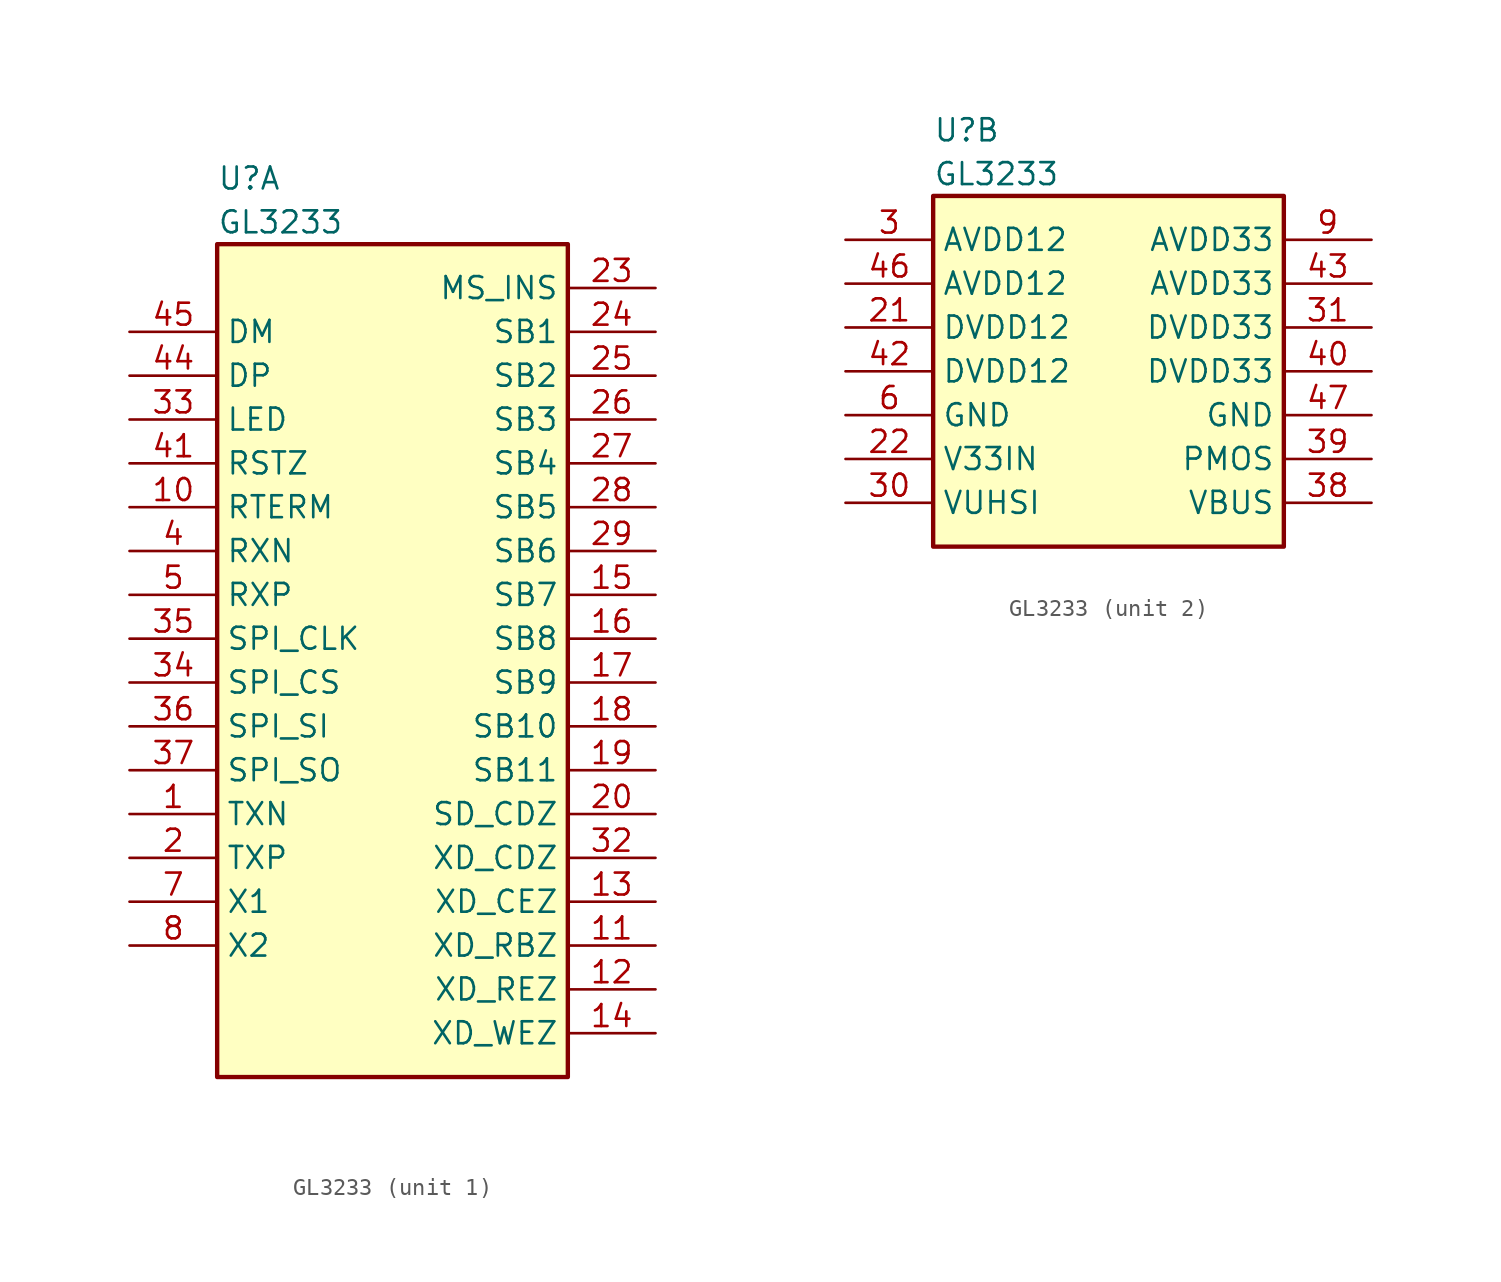
<source format=kicad_sym>
(kicad_symbol_lib
  (version 20211014)
  (generator kicad_symbol_editor)
  (symbol "GL3233"
    (property "Reference" "U"
      (at 5.08 6.35 0)
      (effects (font (size 1.27 1.27)) (justify left)))
    (property "Value" "GL3233"
      (at 5.08 3.81 0)
      (effects (font (size 1.27 1.27)) (justify left)))
    (property "ki_locked" ""
      (at 0 0 0)
      (effects (font (size 1.27 1.27))))
    (symbol "GL3233_1_1"
      (rectangle (start 5.08 2.54) (end 25.4 -45.72) (stroke (width 0.254) (type default) (color 0 0 0 0)) (fill (type background)))
      (pin bidirectional line (at 0 -30.48 0) (length 5.08) (name "TXN" (effects (font (size 1.27 1.27)))) (number "1" (effects (font (size 1.27 1.27)))))
      (pin bidirectional line (at 0 -12.7 0) (length 5.08) (name "RTERM" (effects (font (size 1.27 1.27)))) (number "10" (effects (font (size 1.27 1.27)))))
      (pin output line (at 30.48 -38.1 180) (length 5.08) (name "XD_RBZ" (effects (font (size 1.27 1.27)))) (number "11" (effects (font (size 1.27 1.27)))))
      (pin output line (at 30.48 -40.64 180) (length 5.08) (name "XD_REZ" (effects (font (size 1.27 1.27)))) (number "12" (effects (font (size 1.27 1.27)))))
      (pin output line (at 30.48 -35.56 180) (length 5.08) (name "XD_CEZ" (effects (font (size 1.27 1.27)))) (number "13" (effects (font (size 1.27 1.27)))))
      (pin output line (at 30.48 -43.18 180) (length 5.08) (name "XD_WEZ" (effects (font (size 1.27 1.27)))) (number "14" (effects (font (size 1.27 1.27)))))
      (pin bidirectional line (at 30.48 -17.78 180) (length 5.08) (name "SB7" (effects (font (size 1.27 1.27)))) (number "15" (effects (font (size 1.27 1.27)))))
      (pin bidirectional line (at 30.48 -20.32 180) (length 5.08) (name "SB8" (effects (font (size 1.27 1.27)))) (number "16" (effects (font (size 1.27 1.27)))))
      (pin bidirectional line (at 30.48 -22.86 180) (length 5.08) (name "SB9" (effects (font (size 1.27 1.27)))) (number "17" (effects (font (size 1.27 1.27)))))
      (pin bidirectional line (at 30.48 -25.4 180) (length 5.08) (name "SB10" (effects (font (size 1.27 1.27)))) (number "18" (effects (font (size 1.27 1.27)))))
      (pin bidirectional line (at 30.48 -27.94 180) (length 5.08) (name "SB11" (effects (font (size 1.27 1.27)))) (number "19" (effects (font (size 1.27 1.27)))))
      (pin bidirectional line (at 0 -33.02 0) (length 5.08) (name "TXP" (effects (font (size 1.27 1.27)))) (number "2" (effects (font (size 1.27 1.27)))))
      (pin input line (at 30.48 -30.48 180) (length 5.08) (name "SD_CDZ" (effects (font (size 1.27 1.27)))) (number "20" (effects (font (size 1.27 1.27)))))
      (pin input line (at 30.48 0 180) (length 5.08) (name "MS_INS" (effects (font (size 1.27 1.27)))) (number "23" (effects (font (size 1.27 1.27)))))
      (pin bidirectional line (at 30.48 -2.54 180) (length 5.08) (name "SB1" (effects (font (size 1.27 1.27)))) (number "24" (effects (font (size 1.27 1.27)))))
      (pin bidirectional line (at 30.48 -5.08 180) (length 5.08) (name "SB2" (effects (font (size 1.27 1.27)))) (number "25" (effects (font (size 1.27 1.27)))))
      (pin bidirectional line (at 30.48 -7.62 180) (length 5.08) (name "SB3" (effects (font (size 1.27 1.27)))) (number "26" (effects (font (size 1.27 1.27)))))
      (pin bidirectional line (at 30.48 -10.16 180) (length 5.08) (name "SB4" (effects (font (size 1.27 1.27)))) (number "27" (effects (font (size 1.27 1.27)))))
      (pin bidirectional line (at 30.48 -12.7 180) (length 5.08) (name "SB5" (effects (font (size 1.27 1.27)))) (number "28" (effects (font (size 1.27 1.27)))))
      (pin bidirectional line (at 30.48 -15.24 180) (length 5.08) (name "SB6" (effects (font (size 1.27 1.27)))) (number "29" (effects (font (size 1.27 1.27)))))
      (pin input line (at 30.48 -33.02 180) (length 5.08) (name "XD_CDZ" (effects (font (size 1.27 1.27)))) (number "32" (effects (font (size 1.27 1.27)))))
      (pin output line (at 0 -7.62 0) (length 5.08) (name "LED" (effects (font (size 1.27 1.27)))) (number "33" (effects (font (size 1.27 1.27)))))
      (pin output line (at 0 -22.86 0) (length 5.08) (name "SPI_CS" (effects (font (size 1.27 1.27)))) (number "34" (effects (font (size 1.27 1.27)))))
      (pin output line (at 0 -20.32 0) (length 5.08) (name "SPI_CLK" (effects (font (size 1.27 1.27)))) (number "35" (effects (font (size 1.27 1.27)))))
      (pin output line (at 0 -25.4 0) (length 5.08) (name "SPI_SI" (effects (font (size 1.27 1.27)))) (number "36" (effects (font (size 1.27 1.27)))))
      (pin input line (at 0 -27.94 0) (length 5.08) (name "SPI_SO" (effects (font (size 1.27 1.27)))) (number "37" (effects (font (size 1.27 1.27)))))
      (pin bidirectional line (at 0 -15.24 0) (length 5.08) (name "RXN" (effects (font (size 1.27 1.27)))) (number "4" (effects (font (size 1.27 1.27)))))
      (pin input line (at 0 -10.16 0) (length 5.08) (name "RSTZ" (effects (font (size 1.27 1.27)))) (number "41" (effects (font (size 1.27 1.27)))))
      (pin bidirectional line (at 0 -5.08 0) (length 5.08) (name "DP" (effects (font (size 1.27 1.27)))) (number "44" (effects (font (size 1.27 1.27)))))
      (pin bidirectional line (at 0 -2.54 0) (length 5.08) (name "DM" (effects (font (size 1.27 1.27)))) (number "45" (effects (font (size 1.27 1.27)))))
      (pin bidirectional line (at 0 -17.78 0) (length 5.08) (name "RXP" (effects (font (size 1.27 1.27)))) (number "5" (effects (font (size 1.27 1.27)))))
      (pin input line (at 0 -35.56 0) (length 5.08) (name "X1" (effects (font (size 1.27 1.27)))) (number "7" (effects (font (size 1.27 1.27)))))
      (pin bidirectional line (at 0 -38.1 0) (length 5.08) (name "X2" (effects (font (size 1.27 1.27)))) (number "8" (effects (font (size 1.27 1.27))))))
    (symbol "GL3233_2_1"
      (rectangle (start 5.08 2.54) (end 25.4 -17.78) (stroke (width 0.254) (type default) (color 0 0 0 0)) (fill (type background)))
      (pin power_in line (at 0 -5.08 0) (length 5.08) (name "DVDD12" (effects (font (size 1.27 1.27)))) (number "21" (effects (font (size 1.27 1.27)))))
      (pin power_in line (at 0 -12.7 0) (length 5.08) (name "V33IN" (effects (font (size 1.27 1.27)))) (number "22" (effects (font (size 1.27 1.27)))))
      (pin power_in line (at 0 0 0) (length 5.08) (name "AVDD12" (effects (font (size 1.27 1.27)))) (number "3" (effects (font (size 1.27 1.27)))))
      (pin power_in line (at 0 -15.24 0) (length 5.08) (name "VUHSI" (effects (font (size 1.27 1.27)))) (number "30" (effects (font (size 1.27 1.27)))))
      (pin power_in line (at 30.48 -5.08 180) (length 5.08) (name "DVDD33" (effects (font (size 1.27 1.27)))) (number "31" (effects (font (size 1.27 1.27)))))
      (pin power_in line (at 30.48 -15.24 180) (length 5.08) (name "VBUS" (effects (font (size 1.27 1.27)))) (number "38" (effects (font (size 1.27 1.27)))))
      (pin power_in line (at 30.48 -12.7 180) (length 5.08) (name "PMOS" (effects (font (size 1.27 1.27)))) (number "39" (effects (font (size 1.27 1.27)))))
      (pin power_in line (at 30.48 -7.62 180) (length 5.08) (name "DVDD33" (effects (font (size 1.27 1.27)))) (number "40" (effects (font (size 1.27 1.27)))))
      (pin power_in line (at 0 -7.62 0) (length 5.08) (name "DVDD12" (effects (font (size 1.27 1.27)))) (number "42" (effects (font (size 1.27 1.27)))))
      (pin power_in line (at 30.48 -2.54 180) (length 5.08) (name "AVDD33" (effects (font (size 1.27 1.27)))) (number "43" (effects (font (size 1.27 1.27)))))
      (pin power_in line (at 0 -2.54 0) (length 5.08) (name "AVDD12" (effects (font (size 1.27 1.27)))) (number "46" (effects (font (size 1.27 1.27)))))
      (pin power_in line (at 30.48 -10.16 180) (length 5.08) (name "GND" (effects (font (size 1.27 1.27)))) (number "47" (effects (font (size 1.27 1.27)))))
      (pin power_in line (at 0 -10.16 0) (length 5.08) (name "GND" (effects (font (size 1.27 1.27)))) (number "6" (effects (font (size 1.27 1.27)))))
      (pin power_in line (at 30.48 0 180) (length 5.08) (name "AVDD33" (effects (font (size 1.27 1.27)))) (number "9" (effects (font (size 1.27 1.27))))))))
</source>
